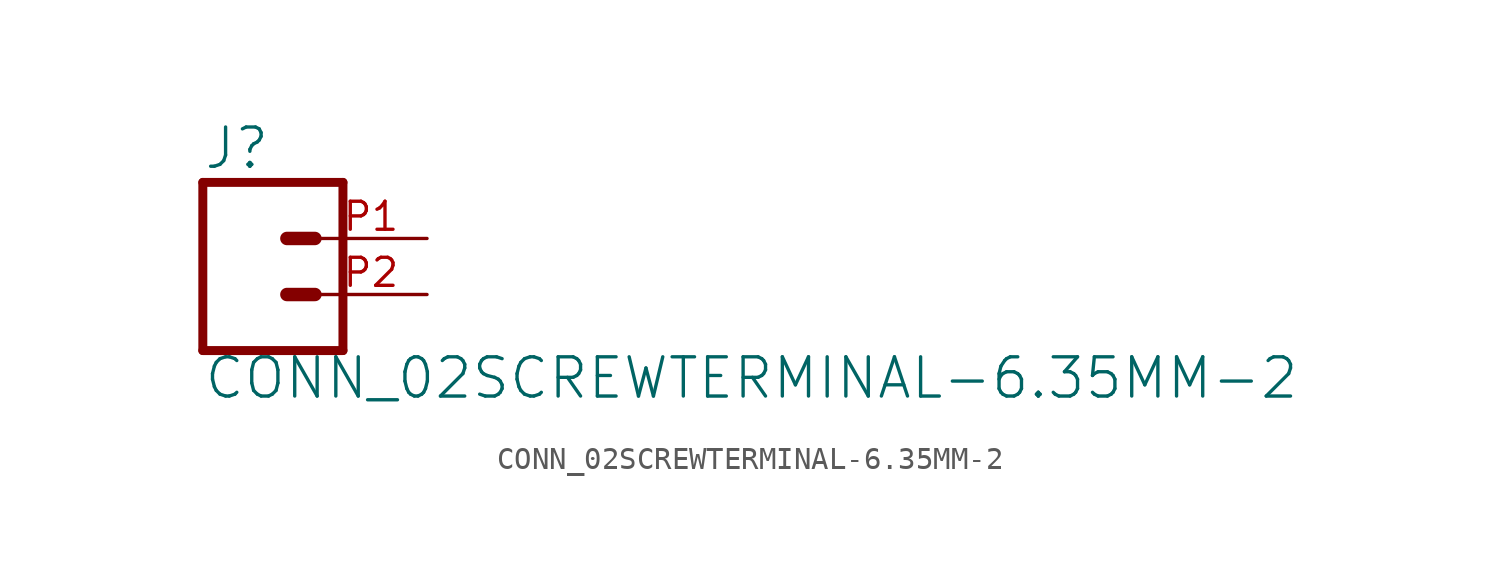
<source format=kicad_sym>
(kicad_symbol_lib
  (version 20211014)
  (generator kicad_symbol_editor)
  (symbol "CONN_02SCREWTERMINAL-6.35MM-2"
    (property "Reference" "J"
      (at -2.54 5.588 0)
      (effects (font (size 1.778 1.778)) (justify left bottom)))
    (property "Value" "CONN_02SCREWTERMINAL-6.35MM-2"
      (at -2.54 -4.826 0)
      (effects (font (size 1.778 1.778)) (justify left bottom)))
    (property "ki_locked" ""
      (at 0 0 0)
      (effects (font (size 1.27 1.27))))
    (symbol "CONN_02SCREWTERMINAL-6.35MM-2_1_0"
      (polyline (pts (xy -2.54 5.08) (xy -2.54 -2.54)) (stroke (width 0.406) (type default) (color 0 0 0 0)) (fill (type none)))
      (polyline (pts (xy -2.54 5.08) (xy 3.81 5.08)) (stroke (width 0.406) (type default) (color 0 0 0 0)) (fill (type none)))
      (polyline (pts (xy 1.27 0) (xy 2.54 0)) (stroke (width 0.61) (type default) (color 0 0 0 0)) (fill (type none)))
      (polyline (pts (xy 1.27 2.54) (xy 2.54 2.54)) (stroke (width 0.61) (type default) (color 0 0 0 0)) (fill (type none)))
      (polyline (pts (xy 3.81 -2.54) (xy -2.54 -2.54)) (stroke (width 0.406) (type default) (color 0 0 0 0)) (fill (type none)))
      (polyline (pts (xy 3.81 -2.54) (xy 3.81 5.08)) (stroke (width 0.406) (type default) (color 0 0 0 0)) (fill (type none)))
      (pin passive line (at 7.62 2.54 180) (length 5.08) (name "2" (effects (font (size 0 0)))) (number "P1" (effects (font (size 1.27 1.27)))))
      (pin passive line (at 7.62 0 180) (length 5.08) (name "1" (effects (font (size 0 0)))) (number "P2" (effects (font (size 1.27 1.27))))))))
</source>
